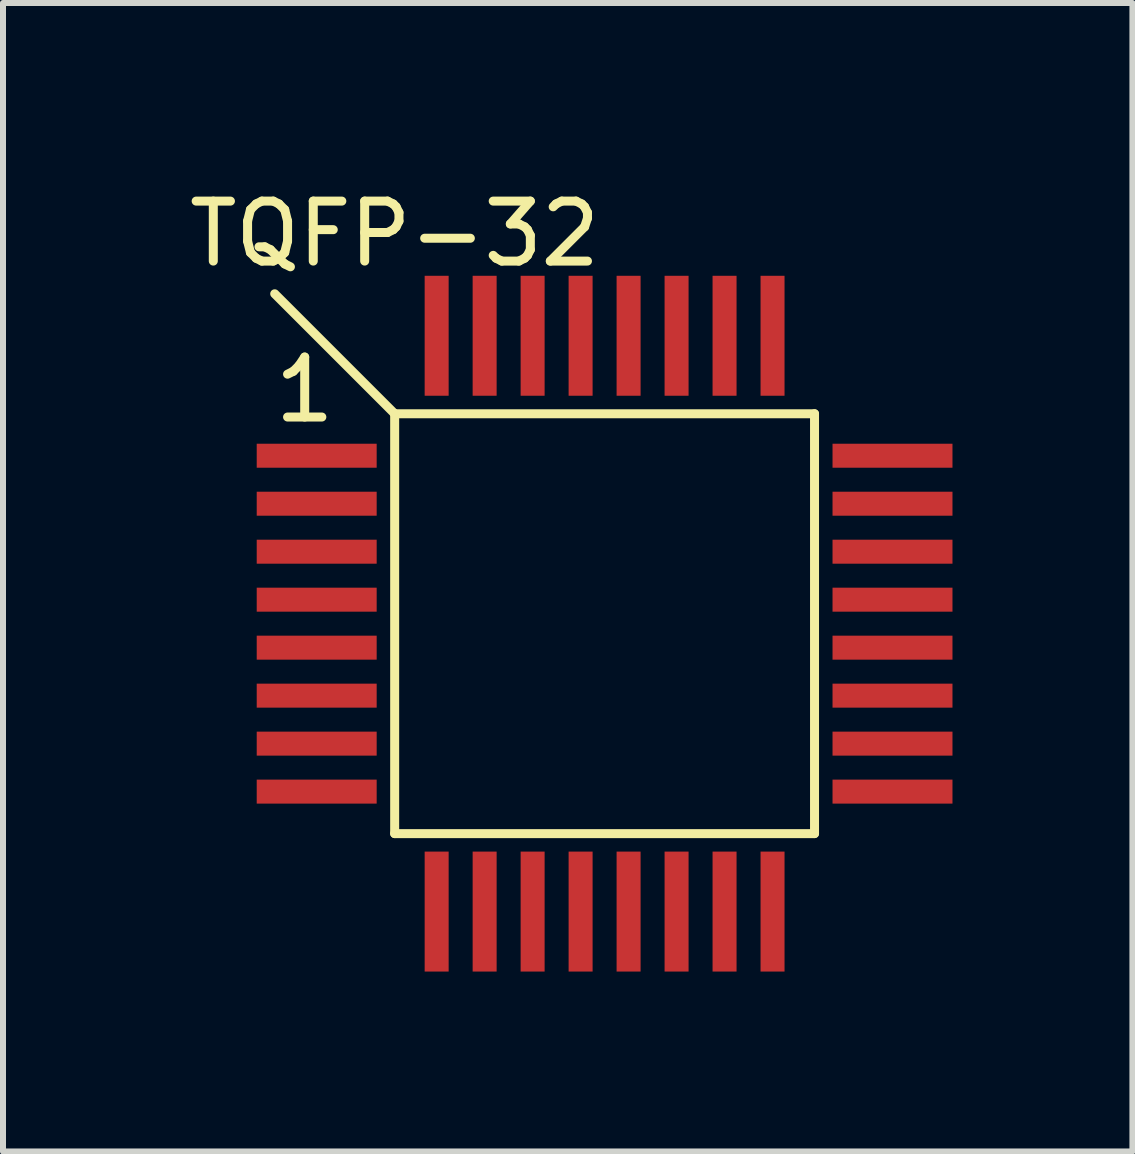
<source format=kicad_pcb>
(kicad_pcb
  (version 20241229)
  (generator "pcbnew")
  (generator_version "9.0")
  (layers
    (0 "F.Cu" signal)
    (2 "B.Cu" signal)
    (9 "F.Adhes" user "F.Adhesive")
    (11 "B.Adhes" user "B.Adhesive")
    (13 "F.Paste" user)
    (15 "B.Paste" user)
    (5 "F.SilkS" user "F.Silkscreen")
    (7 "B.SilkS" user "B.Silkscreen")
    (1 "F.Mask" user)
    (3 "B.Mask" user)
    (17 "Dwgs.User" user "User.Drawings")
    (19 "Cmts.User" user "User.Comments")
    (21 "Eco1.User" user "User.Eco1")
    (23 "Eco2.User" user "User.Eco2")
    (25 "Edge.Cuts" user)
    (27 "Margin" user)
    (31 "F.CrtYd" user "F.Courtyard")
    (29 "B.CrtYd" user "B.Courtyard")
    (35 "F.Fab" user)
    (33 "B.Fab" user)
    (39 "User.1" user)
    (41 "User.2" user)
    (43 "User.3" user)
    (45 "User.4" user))
  (footprint "TQFP-32"
    (layer "F.Cu")
    (at 7.03 7.348)
    (property "Reference" "TQFP-32" (at -3.5 -6.5 0) (layer "F.SilkS") (effects (font (size 1 1) (thickness 0.15))))
    (attr through_hole)
    (fp_line (start -3.5 -3.5) (end -5.5 -5.5) (stroke (width 0.15) (type solid)) (layer "F.SilkS"))
    (fp_line (start -3.5 -3.5) (end 3.5 -3.5) (stroke (width 0.15) (type solid)) (layer "F.SilkS"))
    (fp_line (start -3.5 3.5) (end -3.5 -3.5) (stroke (width 0.15) (type solid)) (layer "F.SilkS"))
    (fp_line (start 3.5 -3.5) (end 3.5 3.5) (stroke (width 0.15) (type solid)) (layer "F.SilkS"))
    (fp_line (start 3.5 3.5) (end -3.5 3.5) (stroke (width 0.15) (type solid)) (layer "F.SilkS"))
    (fp_text user "1" (at -5 -3.9 0) (layer "F.SilkS") (effects (font (size 1 1) (thickness 0.15))))
    (pad "1" smd rect (at -4.8 -2.8) (size 2 0.4) (layers "F.Cu" "F.Mask" "F.Paste"))
    (pad "2" smd rect (at -4.8 -2) (size 2 0.4) (layers "F.Cu" "F.Mask" "F.Paste"))
    (pad "3" smd rect (at -4.8 -1.2) (size 2 0.4) (layers "F.Cu" "F.Mask" "F.Paste"))
    (pad "4" smd rect (at -4.8 -0.4) (size 2 0.4) (layers "F.Cu" "F.Mask" "F.Paste"))
    (pad "5" smd rect (at -4.8 0.4) (size 2 0.4) (layers "F.Cu" "F.Mask" "F.Paste"))
    (pad "6" smd rect (at -4.8 1.2) (size 2 0.4) (layers "F.Cu" "F.Mask" "F.Paste"))
    (pad "7" smd rect (at -4.8 2) (size 2 0.4) (layers "F.Cu" "F.Mask" "F.Paste"))
    (pad "8" smd rect (at -4.8 2.8) (size 2 0.4) (layers "F.Cu" "F.Mask" "F.Paste"))
    (pad "9" smd rect (at -2.8 4.8) (size 0.4 2) (layers "F.Cu" "F.Mask" "F.Paste"))
    (pad "10" smd rect (at -2 4.8) (size 0.4 2) (layers "F.Cu" "F.Mask" "F.Paste"))
    (pad "11" smd rect (at -1.2 4.8) (size 0.4 2) (layers "F.Cu" "F.Mask" "F.Paste"))
    (pad "12" smd rect (at -0.4 4.8) (size 0.4 2) (layers "F.Cu" "F.Mask" "F.Paste"))
    (pad "13" smd rect (at 0.4 4.8) (size 0.4 2) (layers "F.Cu" "F.Mask" "F.Paste"))
    (pad "14" smd rect (at 1.2 4.8) (size 0.4 2) (layers "F.Cu" "F.Mask" "F.Paste"))
    (pad "15" smd rect (at 2 4.8) (size 0.4 2) (layers "F.Cu" "F.Mask" "F.Paste"))
    (pad "16" smd rect (at 2.8 4.8) (size 0.4 2) (layers "F.Cu" "F.Mask" "F.Paste"))
    (pad "17" smd rect (at 4.8 2.8) (size 2 0.4) (layers "F.Cu" "F.Mask" "F.Paste"))
    (pad "18" smd rect (at 4.8 2) (size 2 0.4) (layers "F.Cu" "F.Mask" "F.Paste"))
    (pad "19" smd rect (at 4.8 1.2) (size 2 0.4) (layers "F.Cu" "F.Mask" "F.Paste"))
    (pad "20" smd rect (at 4.8 0.4) (size 2 0.4) (layers "F.Cu" "F.Mask" "F.Paste"))
    (pad "21" smd rect (at 4.8 -0.4) (size 2 0.4) (layers "F.Cu" "F.Mask" "F.Paste"))
    (pad "22" smd rect (at 4.8 -1.2) (size 2 0.4) (layers "F.Cu" "F.Mask" "F.Paste"))
    (pad "23" smd rect (at 4.8 -2) (size 2 0.4) (layers "F.Cu" "F.Mask" "F.Paste"))
    (pad "24" smd rect (at 4.8 -2.8) (size 2 0.4) (layers "F.Cu" "F.Mask" "F.Paste"))
    (pad "25" smd rect (at 2.8 -4.8) (size 0.4 2) (layers "F.Cu" "F.Mask" "F.Paste"))
    (pad "26" smd rect (at 2 -4.8) (size 0.4 2) (layers "F.Cu" "F.Mask" "F.Paste"))
    (pad "27" smd rect (at 1.2 -4.8) (size 0.4 2) (layers "F.Cu" "F.Mask" "F.Paste"))
    (pad "28" smd rect (at 0.4 -4.8) (size 0.4 2) (layers "F.Cu" "F.Mask" "F.Paste"))
    (pad "29" smd rect (at -0.4 -4.8) (size 0.4 2) (layers "F.Cu" "F.Mask" "F.Paste"))
    (pad "30" smd rect (at -1.2 -4.8) (size 0.4 2) (layers "F.Cu" "F.Mask" "F.Paste"))
    (pad "31" smd rect (at -2 -4.8) (size 0.4 2) (layers "F.Cu" "F.Mask" "F.Paste"))
    (pad "32" smd rect (at -2.8 -4.8) (size 0.4 2) (layers "F.Cu" "F.Mask" "F.Paste")))
  (gr_rect
    (start -3 -3)
    (end 15.83 16.148)
    (stroke (width 0.1) (type default))
    (fill no)
    (layer "Edge.Cuts")))
</source>
